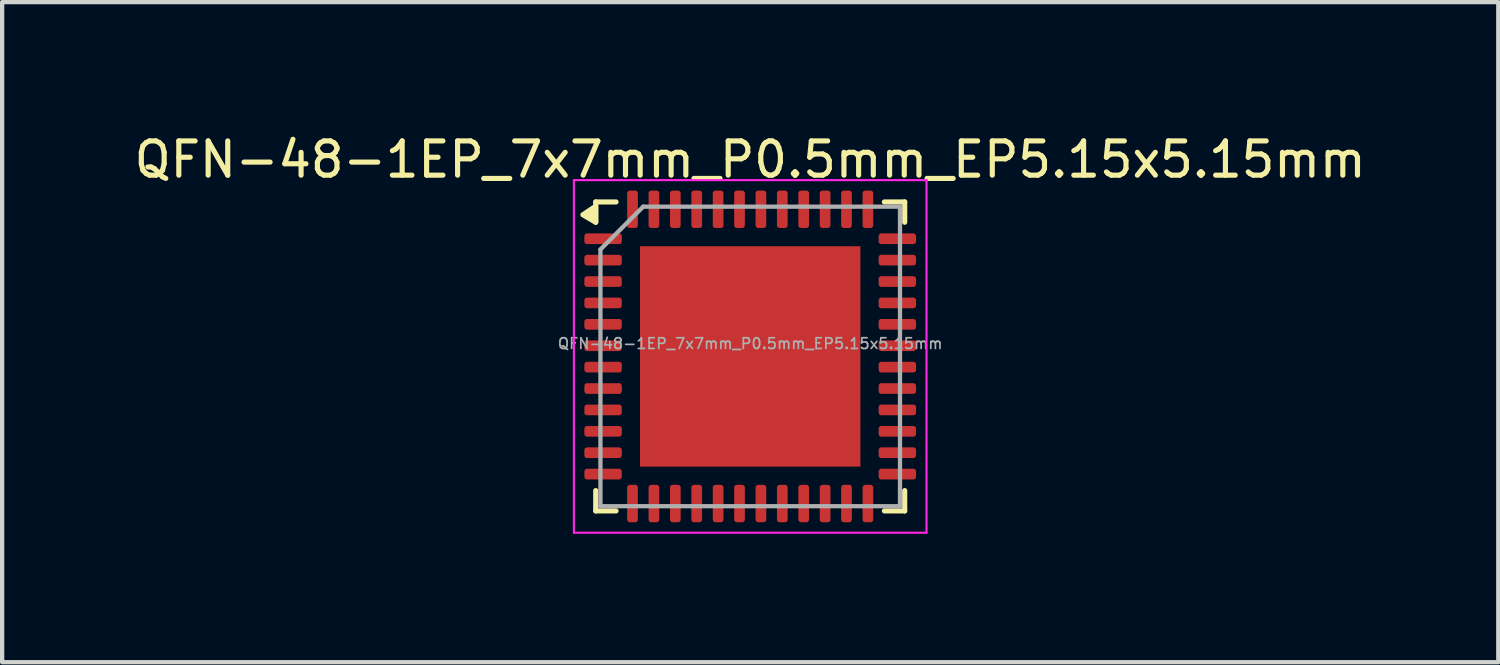
<source format=kicad_pcb>
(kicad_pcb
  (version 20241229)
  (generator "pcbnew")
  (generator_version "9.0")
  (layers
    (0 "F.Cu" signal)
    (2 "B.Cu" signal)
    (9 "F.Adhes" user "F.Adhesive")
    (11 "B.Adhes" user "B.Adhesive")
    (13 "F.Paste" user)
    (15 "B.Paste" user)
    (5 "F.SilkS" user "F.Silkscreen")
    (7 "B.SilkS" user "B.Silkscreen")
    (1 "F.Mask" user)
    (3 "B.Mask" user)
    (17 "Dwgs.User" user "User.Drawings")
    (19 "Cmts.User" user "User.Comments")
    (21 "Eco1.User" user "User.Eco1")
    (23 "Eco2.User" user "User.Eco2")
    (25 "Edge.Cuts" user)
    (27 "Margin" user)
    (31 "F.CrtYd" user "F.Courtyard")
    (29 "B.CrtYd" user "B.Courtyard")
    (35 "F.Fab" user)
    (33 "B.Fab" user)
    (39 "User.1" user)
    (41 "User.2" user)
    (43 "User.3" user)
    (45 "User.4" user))
  (footprint "QFN-48-1EP_7x7mm_P0.5mm_EP5.15x5.15mm"
    (layer "F.Cu")
    (at 14.481 5.279)
    (property "Reference" "QFN-48-1EP_7x7mm_P0.5mm_EP5.15x5.15mm" (at 0 -4.6 0) (layer "F.SilkS") (effects (font (size 0.8 0.8) (thickness 0.12))))
    (attr smd)
    (fp_line (start -3.61 -3.135) (end -3.61 -3.61) (stroke (width 0.12) (type solid)) (layer "F.SilkS"))
    (fp_line (start -3.61 3.61) (end -3.61 3.135) (stroke (width 0.12) (type solid)) (layer "F.SilkS"))
    (fp_line (start -3.135 -3.61) (end -3.61 -3.61) (stroke (width 0.12) (type solid)) (layer "F.SilkS"))
    (fp_line (start -3.135 3.61) (end -3.61 3.61) (stroke (width 0.12) (type solid)) (layer "F.SilkS"))
    (fp_line (start 3.135 -3.61) (end 3.61 -3.61) (stroke (width 0.12) (type solid)) (layer "F.SilkS"))
    (fp_line (start 3.135 3.61) (end 3.61 3.61) (stroke (width 0.12) (type solid)) (layer "F.SilkS"))
    (fp_line (start 3.61 -3.61) (end 3.61 -3.135) (stroke (width 0.12) (type solid)) (layer "F.SilkS"))
    (fp_line (start 3.61 3.61) (end 3.61 3.135) (stroke (width 0.12) (type solid)) (layer "F.SilkS"))
    (fp_poly (pts (xy -3.61 -3.135) (xy -3.91 -3.31) (xy -3.61 -3.51)) (stroke (width 0.12) (type solid)) (fill yes) (layer "F.SilkS"))
    (fp_line (start -4.12 -4.12) (end -4.12 4.12) (stroke (width 0.05) (type solid)) (layer "F.CrtYd"))
    (fp_line (start -4.12 4.12) (end 4.12 4.12) (stroke (width 0.05) (type solid)) (layer "F.CrtYd"))
    (fp_line (start 4.12 -4.12) (end -4.12 -4.12) (stroke (width 0.05) (type solid)) (layer "F.CrtYd"))
    (fp_line (start 4.12 4.12) (end 4.12 -4.12) (stroke (width 0.05) (type solid)) (layer "F.CrtYd"))
    (fp_line (start -3.5 -2.5) (end -2.5 -3.5) (stroke (width 0.1) (type solid)) (layer "F.Fab"))
    (fp_line (start -3.5 3.5) (end -3.5 -2.5) (stroke (width 0.1) (type solid)) (layer "F.Fab"))
    (fp_line (start -2.5 -3.5) (end 3.5 -3.5) (stroke (width 0.1) (type solid)) (layer "F.Fab"))
    (fp_line (start 3.5 -3.5) (end 3.5 3.5) (stroke (width 0.1) (type solid)) (layer "F.Fab"))
    (fp_line (start 3.5 3.5) (end -3.5 3.5) (stroke (width 0.1) (type solid)) (layer "F.Fab"))
    (fp_text user "${REFERENCE}" (at 0 -0.3 0) (layer "F.Fab") (effects (font (size 0.25 0.25) (thickness 0.04))))
    (pad "" smd roundrect (at -1.935 -1.935) (size 1.04 1.04) (layers "F.Paste") (roundrect_rratio 0.24))
    (pad "" smd roundrect (at -1.935 -0.645) (size 1.04 1.04) (layers "F.Paste") (roundrect_rratio 0.24))
    (pad "" smd roundrect (at -1.935 0.645) (size 1.04 1.04) (layers "F.Paste") (roundrect_rratio 0.24))
    (pad "" smd roundrect (at -1.935 1.935) (size 1.04 1.04) (layers "F.Paste") (roundrect_rratio 0.24))
    (pad "" smd roundrect (at -0.645 -1.935) (size 1.04 1.04) (layers "F.Paste") (roundrect_rratio 0.24))
    (pad "" smd roundrect (at -0.645 -0.645) (size 1.04 1.04) (layers "F.Paste") (roundrect_rratio 0.24))
    (pad "" smd roundrect (at -0.645 0.645) (size 1.04 1.04) (layers "F.Paste") (roundrect_rratio 0.24))
    (pad "" smd roundrect (at -0.645 1.935) (size 1.04 1.04) (layers "F.Paste") (roundrect_rratio 0.24))
    (pad "" smd roundrect (at 0.645 -1.935) (size 1.04 1.04) (layers "F.Paste") (roundrect_rratio 0.24))
    (pad "" smd roundrect (at 0.645 -0.645) (size 1.04 1.04) (layers "F.Paste") (roundrect_rratio 0.24))
    (pad "" smd roundrect (at 0.645 0.645) (size 1.04 1.04) (layers "F.Paste") (roundrect_rratio 0.24))
    (pad "" smd roundrect (at 0.645 1.935) (size 1.04 1.04) (layers "F.Paste") (roundrect_rratio 0.24))
    (pad "" smd roundrect (at 1.935 -1.935) (size 1.04 1.04) (layers "F.Paste") (roundrect_rratio 0.24))
    (pad "" smd roundrect (at 1.935 -0.645) (size 1.04 1.04) (layers "F.Paste") (roundrect_rratio 0.24))
    (pad "" smd roundrect (at 1.935 0.645) (size 1.04 1.04) (layers "F.Paste") (roundrect_rratio 0.24))
    (pad "" smd roundrect (at 1.935 1.935) (size 1.04 1.04) (layers "F.Paste") (roundrect_rratio 0.24))
    (pad "1" smd roundrect (at -3.438 -2.75) (size 0.875 0.25) (layers "F.Cu" "F.Mask" "F.Paste") (roundrect_rratio 0.25))
    (pad "2" smd roundrect (at -3.438 -2.25) (size 0.875 0.25) (layers "F.Cu" "F.Mask" "F.Paste") (roundrect_rratio 0.25))
    (pad "3" smd roundrect (at -3.438 -1.75) (size 0.875 0.25) (layers "F.Cu" "F.Mask" "F.Paste") (roundrect_rratio 0.25))
    (pad "4" smd roundrect (at -3.438 -1.25) (size 0.875 0.25) (layers "F.Cu" "F.Mask" "F.Paste") (roundrect_rratio 0.25))
    (pad "5" smd roundrect (at -3.438 -0.75) (size 0.875 0.25) (layers "F.Cu" "F.Mask" "F.Paste") (roundrect_rratio 0.25))
    (pad "6" smd roundrect (at -3.438 -0.25) (size 0.875 0.25) (layers "F.Cu" "F.Mask" "F.Paste") (roundrect_rratio 0.25))
    (pad "7" smd roundrect (at -3.438 0.25) (size 0.875 0.25) (layers "F.Cu" "F.Mask" "F.Paste") (roundrect_rratio 0.25))
    (pad "8" smd roundrect (at -3.438 0.75) (size 0.875 0.25) (layers "F.Cu" "F.Mask" "F.Paste") (roundrect_rratio 0.25))
    (pad "9" smd roundrect (at -3.438 1.25) (size 0.875 0.25) (layers "F.Cu" "F.Mask" "F.Paste") (roundrect_rratio 0.25))
    (pad "10" smd roundrect (at -3.438 1.75) (size 0.875 0.25) (layers "F.Cu" "F.Mask" "F.Paste") (roundrect_rratio 0.25))
    (pad "11" smd roundrect (at -3.438 2.25) (size 0.875 0.25) (layers "F.Cu" "F.Mask" "F.Paste") (roundrect_rratio 0.25))
    (pad "12" smd roundrect (at -3.438 2.75) (size 0.875 0.25) (layers "F.Cu" "F.Mask" "F.Paste") (roundrect_rratio 0.25))
    (pad "13" smd roundrect (at -2.75 3.438) (size 0.25 0.875) (layers "F.Cu" "F.Mask" "F.Paste") (roundrect_rratio 0.25))
    (pad "14" smd roundrect (at -2.25 3.438) (size 0.25 0.875) (layers "F.Cu" "F.Mask" "F.Paste") (roundrect_rratio 0.25))
    (pad "15" smd roundrect (at -1.75 3.438) (size 0.25 0.875) (layers "F.Cu" "F.Mask" "F.Paste") (roundrect_rratio 0.25))
    (pad "16" smd roundrect (at -1.25 3.438) (size 0.25 0.875) (layers "F.Cu" "F.Mask" "F.Paste") (roundrect_rratio 0.25))
    (pad "17" smd roundrect (at -0.75 3.438) (size 0.25 0.875) (layers "F.Cu" "F.Mask" "F.Paste") (roundrect_rratio 0.25))
    (pad "18" smd roundrect (at -0.25 3.438) (size 0.25 0.875) (layers "F.Cu" "F.Mask" "F.Paste") (roundrect_rratio 0.25))
    (pad "19" smd roundrect (at 0.25 3.438) (size 0.25 0.875) (layers "F.Cu" "F.Mask" "F.Paste") (roundrect_rratio 0.25))
    (pad "20" smd roundrect (at 0.75 3.438) (size 0.25 0.875) (layers "F.Cu" "F.Mask" "F.Paste") (roundrect_rratio 0.25))
    (pad "21" smd roundrect (at 1.25 3.438) (size 0.25 0.875) (layers "F.Cu" "F.Mask" "F.Paste") (roundrect_rratio 0.25))
    (pad "22" smd roundrect (at 1.75 3.438) (size 0.25 0.875) (layers "F.Cu" "F.Mask" "F.Paste") (roundrect_rratio 0.25))
    (pad "23" smd roundrect (at 2.25 3.438) (size 0.25 0.875) (layers "F.Cu" "F.Mask" "F.Paste") (roundrect_rratio 0.25))
    (pad "24" smd roundrect (at 2.75 3.438) (size 0.25 0.875) (layers "F.Cu" "F.Mask" "F.Paste") (roundrect_rratio 0.25))
    (pad "25" smd roundrect (at 3.438 2.75) (size 0.875 0.25) (layers "F.Cu" "F.Mask" "F.Paste") (roundrect_rratio 0.25))
    (pad "26" smd roundrect (at 3.438 2.25) (size 0.875 0.25) (layers "F.Cu" "F.Mask" "F.Paste") (roundrect_rratio 0.25))
    (pad "27" smd roundrect (at 3.438 1.75) (size 0.875 0.25) (layers "F.Cu" "F.Mask" "F.Paste") (roundrect_rratio 0.25))
    (pad "28" smd roundrect (at 3.438 1.25) (size 0.875 0.25) (layers "F.Cu" "F.Mask" "F.Paste") (roundrect_rratio 0.25))
    (pad "29" smd roundrect (at 3.438 0.75) (size 0.875 0.25) (layers "F.Cu" "F.Mask" "F.Paste") (roundrect_rratio 0.25))
    (pad "30" smd roundrect (at 3.438 0.25) (size 0.875 0.25) (layers "F.Cu" "F.Mask" "F.Paste") (roundrect_rratio 0.25))
    (pad "31" smd roundrect (at 3.438 -0.25) (size 0.875 0.25) (layers "F.Cu" "F.Mask" "F.Paste") (roundrect_rratio 0.25))
    (pad "32" smd roundrect (at 3.438 -0.75) (size 0.875 0.25) (layers "F.Cu" "F.Mask" "F.Paste") (roundrect_rratio 0.25))
    (pad "33" smd roundrect (at 3.438 -1.25) (size 0.875 0.25) (layers "F.Cu" "F.Mask" "F.Paste") (roundrect_rratio 0.25))
    (pad "34" smd roundrect (at 3.438 -1.75) (size 0.875 0.25) (layers "F.Cu" "F.Mask" "F.Paste") (roundrect_rratio 0.25))
    (pad "35" smd roundrect (at 3.438 -2.25) (size 0.875 0.25) (layers "F.Cu" "F.Mask" "F.Paste") (roundrect_rratio 0.25))
    (pad "36" smd roundrect (at 3.438 -2.75) (size 0.875 0.25) (layers "F.Cu" "F.Mask" "F.Paste") (roundrect_rratio 0.25))
    (pad "37" smd roundrect (at 2.75 -3.438) (size 0.25 0.875) (layers "F.Cu" "F.Mask" "F.Paste") (roundrect_rratio 0.25))
    (pad "38" smd roundrect (at 2.25 -3.438) (size 0.25 0.875) (layers "F.Cu" "F.Mask" "F.Paste") (roundrect_rratio 0.25))
    (pad "39" smd roundrect (at 1.75 -3.438) (size 0.25 0.875) (layers "F.Cu" "F.Mask" "F.Paste") (roundrect_rratio 0.25))
    (pad "40" smd roundrect (at 1.25 -3.438) (size 0.25 0.875) (layers "F.Cu" "F.Mask" "F.Paste") (roundrect_rratio 0.25))
    (pad "41" smd roundrect (at 0.75 -3.438) (size 0.25 0.875) (layers "F.Cu" "F.Mask" "F.Paste") (roundrect_rratio 0.25))
    (pad "42" smd roundrect (at 0.25 -3.438) (size 0.25 0.875) (layers "F.Cu" "F.Mask" "F.Paste") (roundrect_rratio 0.25))
    (pad "43" smd roundrect (at -0.25 -3.438) (size 0.25 0.875) (layers "F.Cu" "F.Mask" "F.Paste") (roundrect_rratio 0.25))
    (pad "44" smd roundrect (at -0.75 -3.438) (size 0.25 0.875) (layers "F.Cu" "F.Mask" "F.Paste") (roundrect_rratio 0.25))
    (pad "45" smd roundrect (at -1.25 -3.438) (size 0.25 0.875) (layers "F.Cu" "F.Mask" "F.Paste") (roundrect_rratio 0.25))
    (pad "46" smd roundrect (at -1.75 -3.438) (size 0.25 0.875) (layers "F.Cu" "F.Mask" "F.Paste") (roundrect_rratio 0.25))
    (pad "47" smd roundrect (at -2.25 -3.438) (size 0.25 0.875) (layers "F.Cu" "F.Mask" "F.Paste") (roundrect_rratio 0.25))
    (pad "48" smd roundrect (at -2.75 -3.438) (size 0.25 0.875) (layers "F.Cu" "F.Mask" "F.Paste") (roundrect_rratio 0.25))
    (pad "49" smd rect (at 0 0) (size 5.15 5.15) (layers "F.Cu" "F.Mask")))
  (gr_rect
    (start -3 -3)
    (end 31.962 12.424)
    (stroke (width 0.1) (type default))
    (fill no)
    (layer "Edge.Cuts")))
</source>
